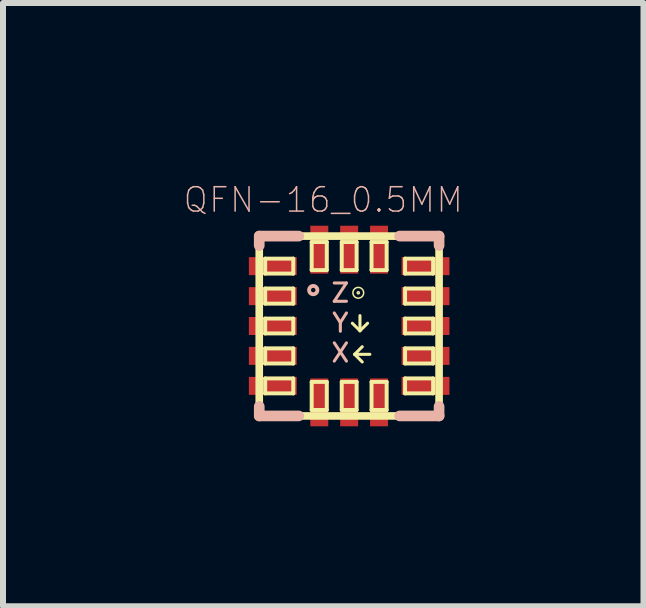
<source format=kicad_pcb>
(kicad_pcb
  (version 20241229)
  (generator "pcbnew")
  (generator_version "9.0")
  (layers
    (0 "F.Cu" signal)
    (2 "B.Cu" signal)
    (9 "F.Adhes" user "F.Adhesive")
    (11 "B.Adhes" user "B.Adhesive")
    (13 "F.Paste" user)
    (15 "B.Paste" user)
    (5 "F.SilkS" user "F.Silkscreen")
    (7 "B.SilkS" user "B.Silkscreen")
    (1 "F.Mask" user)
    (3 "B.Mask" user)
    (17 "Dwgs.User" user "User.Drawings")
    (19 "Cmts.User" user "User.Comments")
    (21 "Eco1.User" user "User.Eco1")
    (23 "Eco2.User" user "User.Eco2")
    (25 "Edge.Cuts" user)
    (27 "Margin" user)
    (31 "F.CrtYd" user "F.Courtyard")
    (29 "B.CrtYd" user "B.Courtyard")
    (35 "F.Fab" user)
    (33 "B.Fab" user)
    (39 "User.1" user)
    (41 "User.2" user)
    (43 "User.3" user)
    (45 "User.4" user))
  (footprint "QFN-16_0.5MM"
    (layer "F.Cu")
    (at 2.771 2.385)
    (property "Reference" "QFN-16_0.5MM" (at -0.432 -2.103 0) (layer "B.SilkS") (effects (font (size 0.406 0.406) (thickness 0.025))))
    (attr smd)
    (fp_line (start -1.499 -1.499) (end 1.499 -1.499) (stroke (width 0.127) (type solid)) (layer "F.SilkS"))
    (fp_line (start -1.499 1.499) (end -1.499 -1.499) (stroke (width 0.127) (type solid)) (layer "F.SilkS"))
    (fp_line (start -1.4 -1.123) (end -0.932 -1.123) (stroke (width 0.066) (type solid)) (layer "F.SilkS"))
    (fp_line (start -1.4 -0.874) (end -1.4 -1.123) (stroke (width 0.066) (type solid)) (layer "F.SilkS"))
    (fp_line (start -1.4 -0.874) (end -0.932 -0.874) (stroke (width 0.066) (type solid)) (layer "F.SilkS"))
    (fp_line (start -1.4 -0.625) (end -0.932 -0.625) (stroke (width 0.066) (type solid)) (layer "F.SilkS"))
    (fp_line (start -1.4 -0.373) (end -1.4 -0.625) (stroke (width 0.066) (type solid)) (layer "F.SilkS"))
    (fp_line (start -1.4 -0.373) (end -0.932 -0.373) (stroke (width 0.066) (type solid)) (layer "F.SilkS"))
    (fp_line (start -1.4 -0.124) (end -0.932 -0.124) (stroke (width 0.066) (type solid)) (layer "F.SilkS"))
    (fp_line (start -1.4 0.124) (end -1.4 -0.124) (stroke (width 0.066) (type solid)) (layer "F.SilkS"))
    (fp_line (start -1.4 0.124) (end -0.932 0.124) (stroke (width 0.066) (type solid)) (layer "F.SilkS"))
    (fp_line (start -1.4 0.373) (end -0.932 0.373) (stroke (width 0.066) (type solid)) (layer "F.SilkS"))
    (fp_line (start -1.4 0.625) (end -1.4 0.373) (stroke (width 0.066) (type solid)) (layer "F.SilkS"))
    (fp_line (start -1.4 0.625) (end -0.932 0.625) (stroke (width 0.066) (type solid)) (layer "F.SilkS"))
    (fp_line (start -1.4 0.874) (end -0.932 0.874) (stroke (width 0.066) (type solid)) (layer "F.SilkS"))
    (fp_line (start -1.4 1.123) (end -1.4 0.874) (stroke (width 0.066) (type solid)) (layer "F.SilkS"))
    (fp_line (start -1.4 1.123) (end -0.932 1.123) (stroke (width 0.066) (type solid)) (layer "F.SilkS"))
    (fp_line (start -0.932 -0.874) (end -0.932 -1.123) (stroke (width 0.066) (type solid)) (layer "F.SilkS"))
    (fp_line (start -0.932 -0.373) (end -0.932 -0.625) (stroke (width 0.066) (type solid)) (layer "F.SilkS"))
    (fp_line (start -0.932 0.124) (end -0.932 -0.124) (stroke (width 0.066) (type solid)) (layer "F.SilkS"))
    (fp_line (start -0.932 0.625) (end -0.932 0.373) (stroke (width 0.066) (type solid)) (layer "F.SilkS"))
    (fp_line (start -0.932 1.123) (end -0.932 0.874) (stroke (width 0.066) (type solid)) (layer "F.SilkS"))
    (fp_line (start -0.625 -1.4) (end -0.373 -1.4) (stroke (width 0.066) (type solid)) (layer "F.SilkS"))
    (fp_line (start -0.625 -0.932) (end -0.625 -1.4) (stroke (width 0.066) (type solid)) (layer "F.SilkS"))
    (fp_line (start -0.625 -0.932) (end -0.373 -0.932) (stroke (width 0.066) (type solid)) (layer "F.SilkS"))
    (fp_line (start -0.625 0.932) (end -0.373 0.932) (stroke (width 0.066) (type solid)) (layer "F.SilkS"))
    (fp_line (start -0.625 1.4) (end -0.625 0.932) (stroke (width 0.066) (type solid)) (layer "F.SilkS"))
    (fp_line (start -0.625 1.4) (end -0.373 1.4) (stroke (width 0.066) (type solid)) (layer "F.SilkS"))
    (fp_line (start -0.373 -0.932) (end -0.373 -1.4) (stroke (width 0.066) (type solid)) (layer "F.SilkS"))
    (fp_line (start -0.373 1.4) (end -0.373 0.932) (stroke (width 0.066) (type solid)) (layer "F.SilkS"))
    (fp_line (start -0.124 -1.4) (end 0.124 -1.4) (stroke (width 0.066) (type solid)) (layer "F.SilkS"))
    (fp_line (start -0.124 -0.932) (end -0.124 -1.4) (stroke (width 0.066) (type solid)) (layer "F.SilkS"))
    (fp_line (start -0.124 -0.932) (end 0.124 -0.932) (stroke (width 0.066) (type solid)) (layer "F.SilkS"))
    (fp_line (start -0.124 0.932) (end 0.124 0.932) (stroke (width 0.066) (type solid)) (layer "F.SilkS"))
    (fp_line (start -0.124 1.4) (end -0.124 0.932) (stroke (width 0.066) (type solid)) (layer "F.SilkS"))
    (fp_line (start -0.124 1.4) (end 0.124 1.4) (stroke (width 0.066) (type solid)) (layer "F.SilkS"))
    (fp_line (start 0.091 0.472) (end 0.218 0.345) (stroke (width 0.051) (type solid)) (layer "F.SilkS"))
    (fp_line (start 0.091 0.472) (end 0.218 0.599) (stroke (width 0.051) (type solid)) (layer "F.SilkS"))
    (fp_line (start 0.124 -0.932) (end 0.124 -1.4) (stroke (width 0.066) (type solid)) (layer "F.SilkS"))
    (fp_line (start 0.124 1.4) (end 0.124 0.932) (stroke (width 0.066) (type solid)) (layer "F.SilkS"))
    (fp_line (start 0.18 -0.173) (end 0.18 0.079) (stroke (width 0.051) (type solid)) (layer "F.SilkS"))
    (fp_line (start 0.18 0.079) (end 0.053 -0.046) (stroke (width 0.051) (type solid)) (layer "F.SilkS"))
    (fp_line (start 0.18 0.079) (end 0.307 -0.046) (stroke (width 0.051) (type solid)) (layer "F.SilkS"))
    (fp_line (start 0.345 0.472) (end 0.091 0.472) (stroke (width 0.051) (type solid)) (layer "F.SilkS"))
    (fp_line (start 0.373 -1.4) (end 0.625 -1.4) (stroke (width 0.066) (type solid)) (layer "F.SilkS"))
    (fp_line (start 0.373 -0.932) (end 0.373 -1.4) (stroke (width 0.066) (type solid)) (layer "F.SilkS"))
    (fp_line (start 0.373 -0.932) (end 0.625 -0.932) (stroke (width 0.066) (type solid)) (layer "F.SilkS"))
    (fp_line (start 0.373 0.932) (end 0.625 0.932) (stroke (width 0.066) (type solid)) (layer "F.SilkS"))
    (fp_line (start 0.373 1.4) (end 0.373 0.932) (stroke (width 0.066) (type solid)) (layer "F.SilkS"))
    (fp_line (start 0.373 1.4) (end 0.625 1.4) (stroke (width 0.066) (type solid)) (layer "F.SilkS"))
    (fp_line (start 0.625 -0.932) (end 0.625 -1.4) (stroke (width 0.066) (type solid)) (layer "F.SilkS"))
    (fp_line (start 0.625 1.4) (end 0.625 0.932) (stroke (width 0.066) (type solid)) (layer "F.SilkS"))
    (fp_line (start 0.932 -1.123) (end 1.4 -1.123) (stroke (width 0.066) (type solid)) (layer "F.SilkS"))
    (fp_line (start 0.932 -0.874) (end 0.932 -1.123) (stroke (width 0.066) (type solid)) (layer "F.SilkS"))
    (fp_line (start 0.932 -0.874) (end 1.4 -0.874) (stroke (width 0.066) (type solid)) (layer "F.SilkS"))
    (fp_line (start 0.932 -0.625) (end 1.4 -0.625) (stroke (width 0.066) (type solid)) (layer "F.SilkS"))
    (fp_line (start 0.932 -0.373) (end 0.932 -0.625) (stroke (width 0.066) (type solid)) (layer "F.SilkS"))
    (fp_line (start 0.932 -0.373) (end 1.4 -0.373) (stroke (width 0.066) (type solid)) (layer "F.SilkS"))
    (fp_line (start 0.932 -0.124) (end 1.4 -0.124) (stroke (width 0.066) (type solid)) (layer "F.SilkS"))
    (fp_line (start 0.932 0.124) (end 0.932 -0.124) (stroke (width 0.066) (type solid)) (layer "F.SilkS"))
    (fp_line (start 0.932 0.124) (end 1.4 0.124) (stroke (width 0.066) (type solid)) (layer "F.SilkS"))
    (fp_line (start 0.932 0.373) (end 1.4 0.373) (stroke (width 0.066) (type solid)) (layer "F.SilkS"))
    (fp_line (start 0.932 0.625) (end 0.932 0.373) (stroke (width 0.066) (type solid)) (layer "F.SilkS"))
    (fp_line (start 0.932 0.625) (end 1.4 0.625) (stroke (width 0.066) (type solid)) (layer "F.SilkS"))
    (fp_line (start 0.932 0.874) (end 1.4 0.874) (stroke (width 0.066) (type solid)) (layer "F.SilkS"))
    (fp_line (start 0.932 1.123) (end 0.932 0.874) (stroke (width 0.066) (type solid)) (layer "F.SilkS"))
    (fp_line (start 0.932 1.123) (end 1.4 1.123) (stroke (width 0.066) (type solid)) (layer "F.SilkS"))
    (fp_line (start 1.4 -0.874) (end 1.4 -1.123) (stroke (width 0.066) (type solid)) (layer "F.SilkS"))
    (fp_line (start 1.4 -0.373) (end 1.4 -0.625) (stroke (width 0.066) (type solid)) (layer "F.SilkS"))
    (fp_line (start 1.4 0.124) (end 1.4 -0.124) (stroke (width 0.066) (type solid)) (layer "F.SilkS"))
    (fp_line (start 1.4 0.625) (end 1.4 0.373) (stroke (width 0.066) (type solid)) (layer "F.SilkS"))
    (fp_line (start 1.4 1.123) (end 1.4 0.874) (stroke (width 0.066) (type solid)) (layer "F.SilkS"))
    (fp_line (start 1.499 -1.499) (end 1.499 1.499) (stroke (width 0.127) (type solid)) (layer "F.SilkS"))
    (fp_line (start 1.499 1.499) (end -1.499 1.499) (stroke (width 0.127) (type solid)) (layer "F.SilkS"))
    (fp_circle (center 0.152 -0.554) (end 0.165 -0.566) (stroke (width 0.025) (type solid)) (fill no) (layer "F.SilkS"))
    (fp_circle (center 0.152 -0.554) (end 0.216 -0.617) (stroke (width 0.025) (type solid)) (fill no) (layer "F.SilkS"))
    (fp_line (start -1.499 -1.499) (end -0.841 -1.499) (stroke (width 0.178) (type solid)) (layer "B.SilkS"))
    (fp_line (start -1.499 -1.341) (end -1.499 -1.499) (stroke (width 0.178) (type solid)) (layer "B.SilkS"))
    (fp_line (start -1.499 1.341) (end -1.499 1.499) (stroke (width 0.178) (type solid)) (layer "B.SilkS"))
    (fp_line (start -1.499 1.499) (end -0.841 1.499) (stroke (width 0.178) (type solid)) (layer "B.SilkS"))
    (fp_line (start 1.499 -1.499) (end 0.841 -1.499) (stroke (width 0.178) (type solid)) (layer "B.SilkS"))
    (fp_line (start 1.499 -1.341) (end 1.499 -1.499) (stroke (width 0.178) (type solid)) (layer "B.SilkS"))
    (fp_line (start 1.499 1.341) (end 1.499 1.499) (stroke (width 0.178) (type solid)) (layer "B.SilkS"))
    (fp_line (start 1.499 1.499) (end 0.841 1.499) (stroke (width 0.178) (type solid)) (layer "B.SilkS"))
    (fp_circle (center -0.599 -0.599) (end -0.648 -0.648) (stroke (width 0.064) (type solid)) (fill no) (layer "B.SilkS"))
    (fp_text user "X" (at -0.147 0.447 0) (layer "B.SilkS") (effects (font (size 0.305 0.305) (thickness 0.051))))
    (fp_text user "Z" (at -0.147 -0.551 0) (layer "B.SilkS") (effects (font (size 0.305 0.305) (thickness 0.051))))
    (fp_text user "Y" (at -0.147 -0.051 0) (layer "B.SilkS") (effects (font (size 0.305 0.305) (thickness 0.051))))
    (pad "1" smd rect (at -1.273 -0.998 270) (size 0.3 0.798) (layers "F.Cu" "F.Mask" "F.Paste"))
    (pad "2" smd rect (at -1.273 -0.498 270) (size 0.3 0.798) (layers "F.Cu" "F.Mask" "F.Paste"))
    (pad "3" smd rect (at -1.273 0 270) (size 0.3 0.798) (layers "F.Cu" "F.Mask" "F.Paste"))
    (pad "4" smd rect (at -1.273 0.498 270) (size 0.3 0.798) (layers "F.Cu" "F.Mask" "F.Paste"))
    (pad "5" smd rect (at -1.273 0.998 270) (size 0.3 0.798) (layers "F.Cu" "F.Mask" "F.Paste"))
    (pad "6" smd rect (at -0.498 1.273) (size 0.3 0.798) (layers "F.Cu" "F.Mask" "F.Paste"))
    (pad "7" smd rect (at 0 1.273) (size 0.3 0.798) (layers "F.Cu" "F.Mask" "F.Paste"))
    (pad "8" smd rect (at 0.498 1.273) (size 0.3 0.798) (layers "F.Cu" "F.Mask" "F.Paste"))
    (pad "9" smd rect (at 1.273 0.998 90) (size 0.3 0.798) (layers "F.Cu" "F.Mask" "F.Paste"))
    (pad "10" smd rect (at 1.273 0.498 90) (size 0.3 0.798) (layers "F.Cu" "F.Mask" "F.Paste"))
    (pad "11" smd rect (at 1.273 0 90) (size 0.3 0.798) (layers "F.Cu" "F.Mask" "F.Paste"))
    (pad "12" smd rect (at 1.273 -0.498 90) (size 0.3 0.798) (layers "F.Cu" "F.Mask" "F.Paste"))
    (pad "13" smd rect (at 1.273 -0.998 90) (size 0.3 0.798) (layers "F.Cu" "F.Mask" "F.Paste"))
    (pad "14" smd rect (at 0.498 -1.273 180) (size 0.3 0.798) (layers "F.Cu" "F.Mask" "F.Paste"))
    (pad "15" smd rect (at 0 -1.273 180) (size 0.3 0.798) (layers "F.Cu" "F.Mask" "F.Paste"))
    (pad "16" smd rect (at -0.498 -1.273 180) (size 0.3 0.798) (layers "F.Cu" "F.Mask" "F.Paste")))
  (gr_rect
    (start -3 -3)
    (end 7.678 7.057)
    (stroke (width 0.1) (type default))
    (fill no)
    (layer "Edge.Cuts")))
</source>
